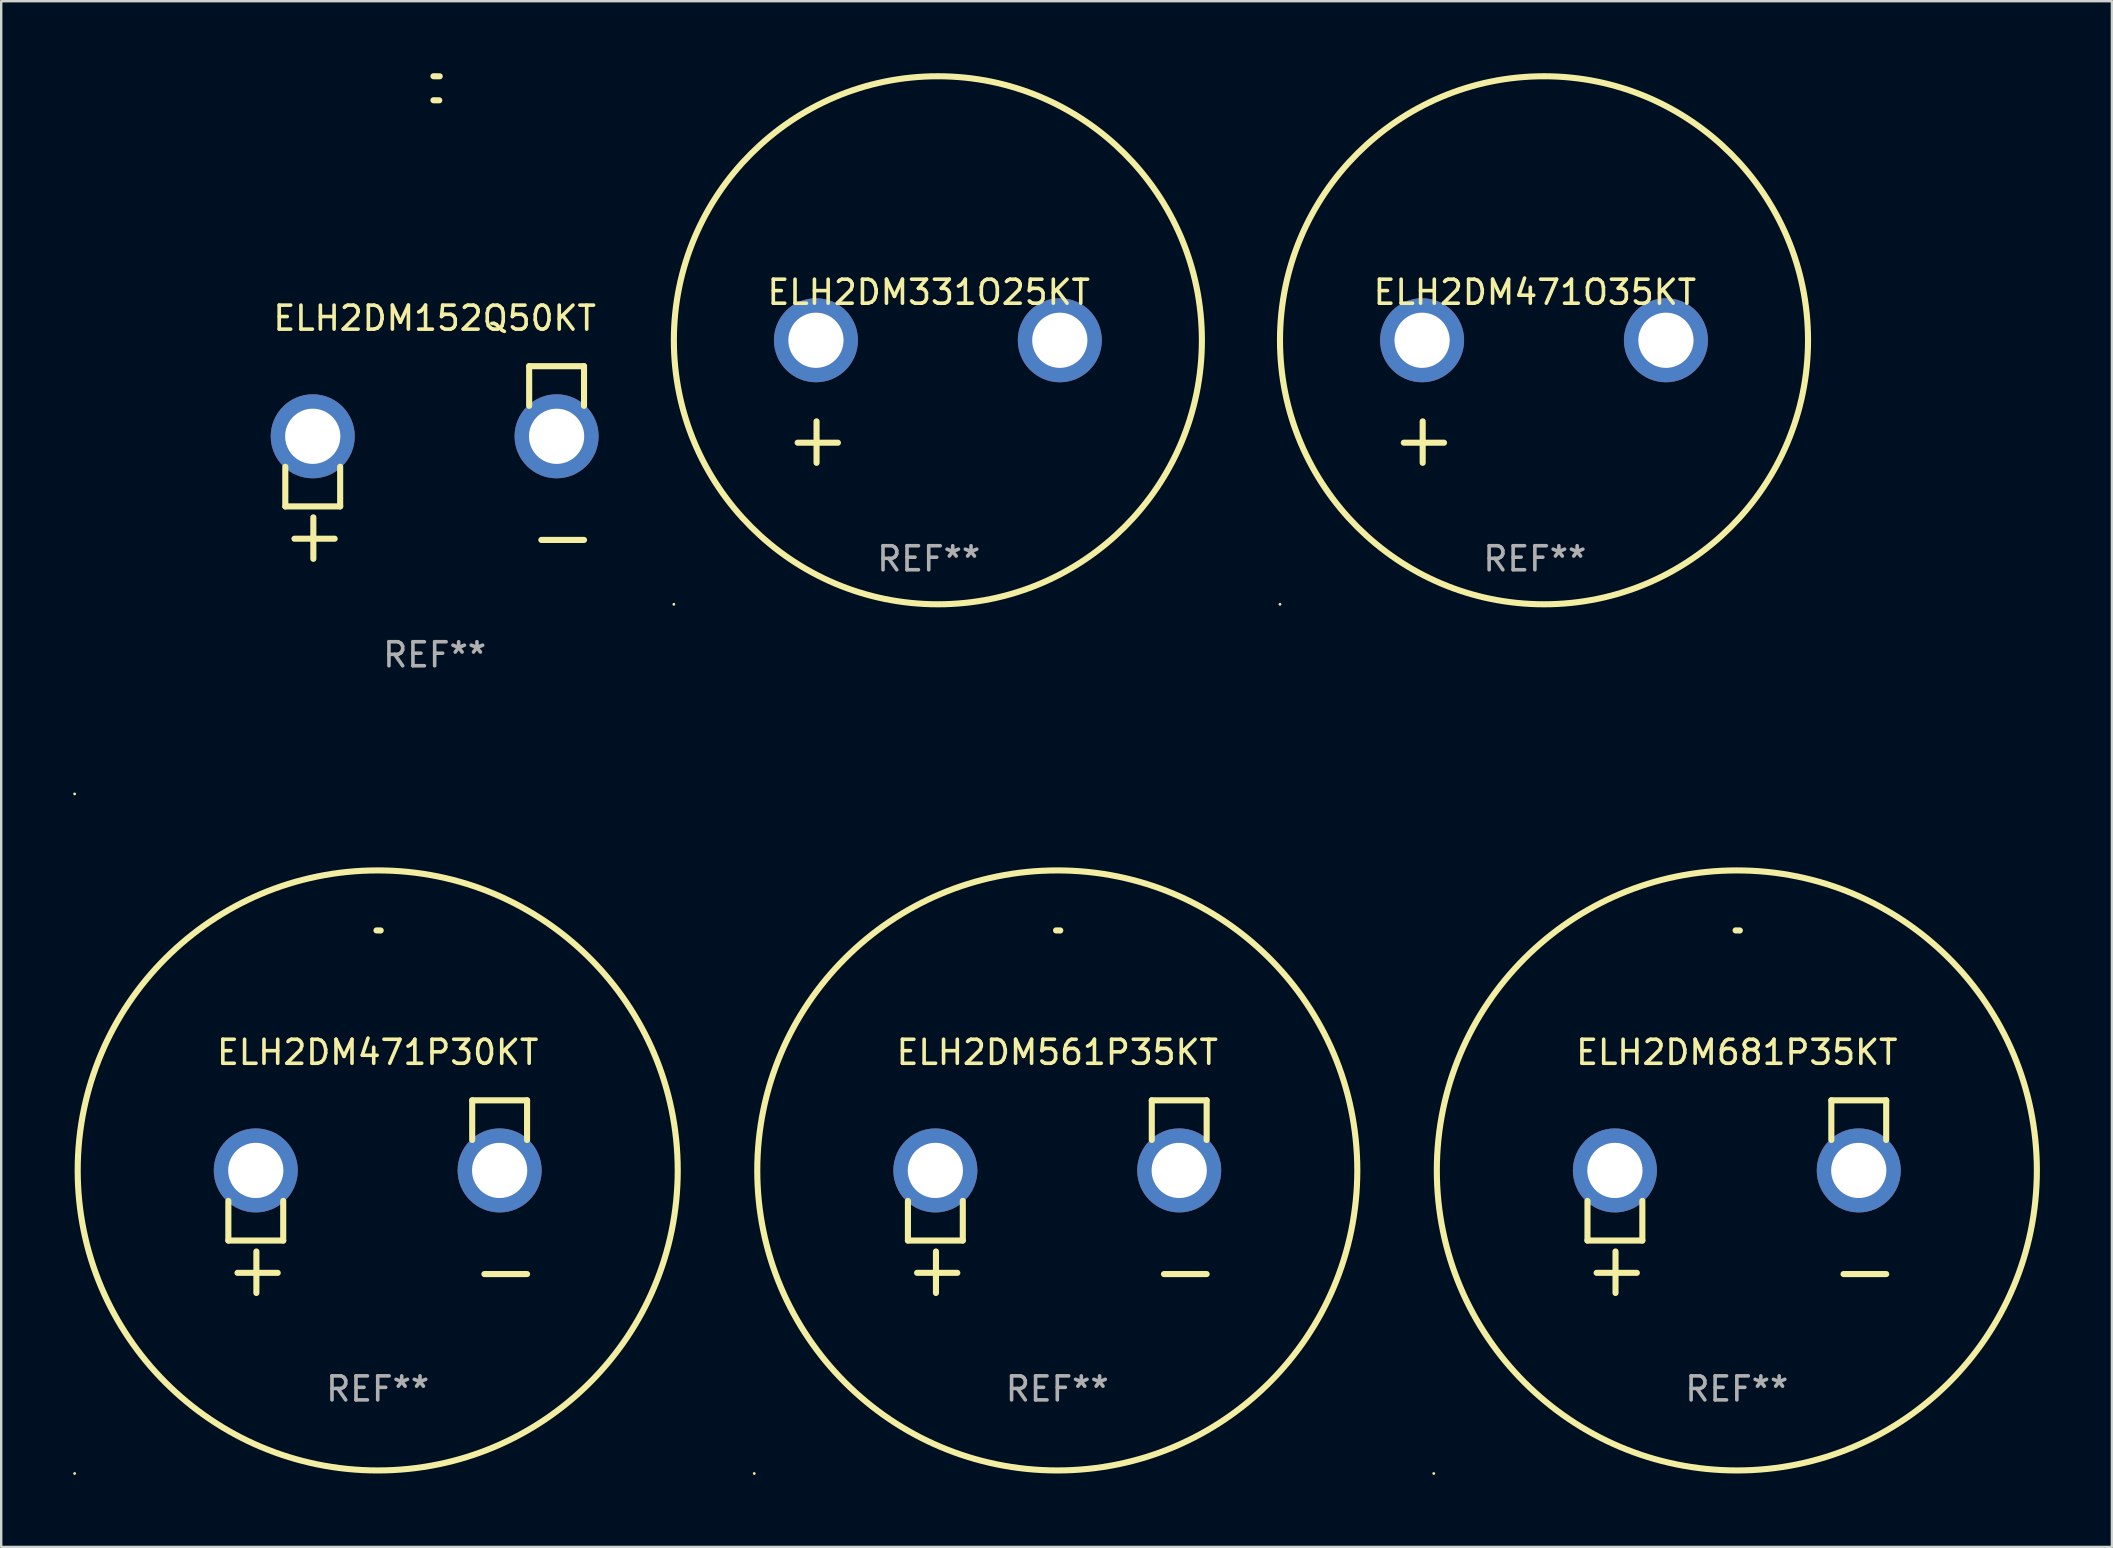
<source format=kicad_pcb>
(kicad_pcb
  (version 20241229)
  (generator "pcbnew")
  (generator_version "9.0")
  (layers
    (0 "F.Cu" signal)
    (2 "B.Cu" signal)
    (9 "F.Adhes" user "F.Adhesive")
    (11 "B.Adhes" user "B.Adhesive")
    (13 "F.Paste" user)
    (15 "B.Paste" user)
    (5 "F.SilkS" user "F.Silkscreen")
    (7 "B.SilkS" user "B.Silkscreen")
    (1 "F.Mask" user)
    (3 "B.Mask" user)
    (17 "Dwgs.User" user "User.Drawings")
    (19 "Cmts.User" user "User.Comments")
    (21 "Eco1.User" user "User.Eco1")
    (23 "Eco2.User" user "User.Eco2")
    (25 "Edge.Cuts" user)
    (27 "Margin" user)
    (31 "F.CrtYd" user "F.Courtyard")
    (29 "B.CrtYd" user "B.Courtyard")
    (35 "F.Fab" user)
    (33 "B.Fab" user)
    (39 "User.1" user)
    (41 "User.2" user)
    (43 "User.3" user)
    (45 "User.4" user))
  (footprint "ELH2DM681P35KT"
    (layer "F.Cu")
    (at 69.314 46.807)
    (property "Reference" "ELH2DM681P35KT" (at 0 -6.013 0) (layer "F.SilkS") (effects (font (size 1 1) (thickness 0.15))))
    (attr through_hole)
    (fp_line (start -6.223 0.178) (end -6.223 1.829) (stroke (width 0.254) (type solid)) (layer "F.SilkS"))
    (fp_line (start -6.223 1.829) (end -3.937 1.829) (stroke (width 0.254) (type solid)) (layer "F.SilkS"))
    (fp_line (start -5.055 4.013) (end -5.055 2.286) (stroke (width 0.254) (type solid)) (layer "F.SilkS"))
    (fp_line (start -4.166 3.175) (end -5.842 3.175) (stroke (width 0.254) (type solid)) (layer "F.SilkS"))
    (fp_line (start -3.937 1.829) (end -3.937 0.178) (stroke (width 0.254) (type solid)) (layer "F.SilkS"))
    (fp_line (start 3.937 -4.013) (end 3.937 -2.362) (stroke (width 0.254) (type solid)) (layer "F.SilkS"))
    (fp_line (start 6.223 -4.013) (end 3.937 -4.013) (stroke (width 0.254) (type solid)) (layer "F.SilkS"))
    (fp_line (start 6.223 -2.362) (end 6.223 -4.013) (stroke (width 0.254) (type solid)) (layer "F.SilkS"))
    (fp_line (start 6.223 3.226) (end 4.445 3.226) (stroke (width 0.254) (type solid)) (layer "F.SilkS"))
    (fp_arc (start -0.0508 -11.092202) (mid 0.036835 -11.091307) (end 0.12446 -11.089662) (stroke (width 0.254001) (type solid)) (layer "F.SilkS"))
    (fp_circle (center -12.627 11.535) (end -12.597 11.535) (stroke (width 0.06) (type solid)) (fill no) (layer "F.SilkS"))
    (fp_circle (center 0 -1.092) (end 12.5 -1.092) (stroke (width 0.254) (type solid)) (fill no) (layer "F.SilkS"))
    (fp_text user "REF**" (at 0 8.013 0) (layer "F.Fab") (effects (font (size 1 1) (thickness 0.15))))
    (pad "1" thru_hole circle (at -5.08 -1.092) (size 3.5 3.5) (drill 2.3) (layers "*.Cu" "*.Mask"))
    (pad "2" thru_hole circle (at 5.08 -1.092) (size 3.5 3.5) (drill 2.3) (layers "*.Cu" "*.Mask")))
  (footprint "ELH2DM471P30KT"
    (layer "F.Cu")
    (at 12.687 46.807)
    (property "Reference" "ELH2DM471P30KT" (at 0 -6.013 0) (layer "F.SilkS") (effects (font (size 1 1) (thickness 0.15))))
    (attr through_hole)
    (fp_line (start -6.223 0.178) (end -6.223 1.829) (stroke (width 0.254) (type solid)) (layer "F.SilkS"))
    (fp_line (start -6.223 1.829) (end -3.937 1.829) (stroke (width 0.254) (type solid)) (layer "F.SilkS"))
    (fp_line (start -5.055 4.013) (end -5.055 2.286) (stroke (width 0.254) (type solid)) (layer "F.SilkS"))
    (fp_line (start -4.166 3.175) (end -5.842 3.175) (stroke (width 0.254) (type solid)) (layer "F.SilkS"))
    (fp_line (start -3.937 1.829) (end -3.937 0.178) (stroke (width 0.254) (type solid)) (layer "F.SilkS"))
    (fp_line (start 3.937 -4.013) (end 3.937 -2.362) (stroke (width 0.254) (type solid)) (layer "F.SilkS"))
    (fp_line (start 6.223 -4.013) (end 3.937 -4.013) (stroke (width 0.254) (type solid)) (layer "F.SilkS"))
    (fp_line (start 6.223 -2.362) (end 6.223 -4.013) (stroke (width 0.254) (type solid)) (layer "F.SilkS"))
    (fp_line (start 6.223 3.226) (end 4.445 3.226) (stroke (width 0.254) (type solid)) (layer "F.SilkS"))
    (fp_arc (start -0.0508 -11.092202) (mid 0.036835 -11.091307) (end 0.12446 -11.089662) (stroke (width 0.254001) (type solid)) (layer "F.SilkS"))
    (fp_circle (center -12.627 11.535) (end -12.597 11.535) (stroke (width 0.06) (type solid)) (fill no) (layer "F.SilkS"))
    (fp_circle (center 0 -1.092) (end 12.5 -1.092) (stroke (width 0.254) (type solid)) (fill no) (layer "F.SilkS"))
    (fp_text user "REF**" (at 0 8.013 0) (layer "F.Fab") (effects (font (size 1 1) (thickness 0.15))))
    (pad "1" thru_hole circle (at -5.08 -1.092) (size 3.5 3.5) (drill 2.3) (layers "*.Cu" "*.Mask"))
    (pad "2" thru_hole circle (at 5.08 -1.092) (size 3.5 3.5) (drill 2.3) (layers "*.Cu" "*.Mask")))
  (footprint "ELH2DM152Q50KT"
    (layer "F.Cu")
    (at 15.06 16.22)
    (property "Reference" "ELH2DM152Q50KT" (at 0 -6.013 0) (layer "F.SilkS") (effects (font (size 1 1) (thickness 0.15))))
    (attr through_hole)
    (fp_line (start -6.223 0.178) (end -6.223 1.829) (stroke (width 0.254) (type solid)) (layer "F.SilkS"))
    (fp_line (start -6.223 1.829) (end -3.937 1.829) (stroke (width 0.254) (type solid)) (layer "F.SilkS"))
    (fp_line (start -5.055 4.013) (end -5.055 2.286) (stroke (width 0.254) (type solid)) (layer "F.SilkS"))
    (fp_line (start -4.166 3.175) (end -5.842 3.175) (stroke (width 0.254) (type solid)) (layer "F.SilkS"))
    (fp_line (start -3.937 1.829) (end -3.937 0.178) (stroke (width 0.254) (type solid)) (layer "F.SilkS"))
    (fp_line (start 3.937 -4.013) (end 3.937 -2.362) (stroke (width 0.254) (type solid)) (layer "F.SilkS"))
    (fp_line (start 6.223 -4.013) (end 3.937 -4.013) (stroke (width 0.254) (type solid)) (layer "F.SilkS"))
    (fp_line (start 6.223 -2.362) (end 6.223 -4.013) (stroke (width 0.254) (type solid)) (layer "F.SilkS"))
    (fp_line (start 6.223 3.226) (end 4.445 3.226) (stroke (width 0.254) (type solid)) (layer "F.SilkS"))
    (fp_arc (start -0.0508 -16.093472) (mid 0.080016 -16.092762) (end 0.210821 -16.090932) (stroke (width 0.254001) (type solid)) (layer "F.SilkS"))
    (fp_arc (start -0.0508 -15.09271) (mid 0.071125 -15.091961) (end 0.19304 -15.09017) (stroke (width 0.254001) (type solid)) (layer "F.SilkS"))
    (fp_circle (center -15 13.808) (end -14.97 13.808) (stroke (width 0.06) (type solid)) (fill no) (layer "F.SilkS"))
    (fp_text user "REF**" (at 0 8.013 0) (layer "F.Fab") (effects (font (size 1 1) (thickness 0.15))))
    (pad "1" thru_hole circle (at -5.08 -1.092) (size 3.5 3.5) (drill 2.3) (layers "*.Cu" "*.Mask"))
    (pad "2" thru_hole circle (at 5.08 -1.092) (size 3.5 3.5) (drill 2.3) (layers "*.Cu" "*.Mask")))
  (footprint "ELH2DM471O35KT"
    (layer "F.Cu")
    (at 60.899 13.68)
    (property "Reference" "ELH2DM471O35KT" (at 0 -4.553 0) (layer "F.SilkS") (effects (font (size 1 1) (thickness 0.15))))
    (attr through_hole)
    (fp_line (start -4.674 2.553) (end -4.674 0.826) (stroke (width 0.254) (type solid)) (layer "F.SilkS"))
    (fp_line (start -3.785 1.715) (end -5.461 1.715) (stroke (width 0.254) (type solid)) (layer "F.SilkS"))
    (fp_circle (center -10.619 8.447) (end -10.589 8.447) (stroke (width 0.06) (type solid)) (fill no) (layer "F.SilkS"))
    (fp_circle (center 0.381 -2.553) (end 11.381 -2.553) (stroke (width 0.254) (type solid)) (fill no) (layer "F.SilkS"))
    (fp_text user "REF**" (at 0 6.553 0) (layer "F.Fab") (effects (font (size 1 1) (thickness 0.15))))
    (pad "1" thru_hole circle (at -4.699 -2.553) (size 3.5 3.5) (drill 2.3) (layers "*.Cu" "*.Mask"))
    (pad "2" thru_hole circle (at 5.461 -2.553) (size 3.5 3.5) (drill 2.3) (layers "*.Cu" "*.Mask")))
  (footprint "ELH2DM331O25KT"
    (layer "F.Cu")
    (at 35.645 13.68)
    (property "Reference" "ELH2DM331O25KT" (at 0 -4.553 0) (layer "F.SilkS") (effects (font (size 1 1) (thickness 0.15))))
    (attr through_hole)
    (fp_line (start -4.674 2.553) (end -4.674 0.826) (stroke (width 0.254) (type solid)) (layer "F.SilkS"))
    (fp_line (start -3.785 1.715) (end -5.461 1.715) (stroke (width 0.254) (type solid)) (layer "F.SilkS"))
    (fp_circle (center -10.619 8.447) (end -10.589 8.447) (stroke (width 0.06) (type solid)) (fill no) (layer "F.SilkS"))
    (fp_circle (center 0.381 -2.553) (end 11.381 -2.553) (stroke (width 0.254) (type solid)) (fill no) (layer "F.SilkS"))
    (fp_text user "REF**" (at 0 6.553 0) (layer "F.Fab") (effects (font (size 1 1) (thickness 0.15))))
    (pad "1" thru_hole circle (at -4.699 -2.553) (size 3.5 3.5) (drill 2.3) (layers "*.Cu" "*.Mask"))
    (pad "2" thru_hole circle (at 5.461 -2.553) (size 3.5 3.5) (drill 2.3) (layers "*.Cu" "*.Mask")))
  (footprint "ELH2DM561P35KT"
    (layer "F.Cu")
    (at 41.001 46.807)
    (property "Reference" "ELH2DM561P35KT" (at 0 -6.013 0) (layer "F.SilkS") (effects (font (size 1 1) (thickness 0.15))))
    (attr through_hole)
    (fp_line (start -6.223 0.178) (end -6.223 1.829) (stroke (width 0.254) (type solid)) (layer "F.SilkS"))
    (fp_line (start -6.223 1.829) (end -3.937 1.829) (stroke (width 0.254) (type solid)) (layer "F.SilkS"))
    (fp_line (start -5.055 4.013) (end -5.055 2.286) (stroke (width 0.254) (type solid)) (layer "F.SilkS"))
    (fp_line (start -4.166 3.175) (end -5.842 3.175) (stroke (width 0.254) (type solid)) (layer "F.SilkS"))
    (fp_line (start -3.937 1.829) (end -3.937 0.178) (stroke (width 0.254) (type solid)) (layer "F.SilkS"))
    (fp_line (start 3.937 -4.013) (end 3.937 -2.362) (stroke (width 0.254) (type solid)) (layer "F.SilkS"))
    (fp_line (start 6.223 -4.013) (end 3.937 -4.013) (stroke (width 0.254) (type solid)) (layer "F.SilkS"))
    (fp_line (start 6.223 -2.362) (end 6.223 -4.013) (stroke (width 0.254) (type solid)) (layer "F.SilkS"))
    (fp_line (start 6.223 3.226) (end 4.445 3.226) (stroke (width 0.254) (type solid)) (layer "F.SilkS"))
    (fp_arc (start -0.0508 -11.092202) (mid 0.036835 -11.091307) (end 0.12446 -11.089662) (stroke (width 0.254001) (type solid)) (layer "F.SilkS"))
    (fp_circle (center -12.627 11.535) (end -12.597 11.535) (stroke (width 0.06) (type solid)) (fill no) (layer "F.SilkS"))
    (fp_circle (center 0 -1.092) (end 12.5 -1.092) (stroke (width 0.254) (type solid)) (fill no) (layer "F.SilkS"))
    (fp_text user "REF**" (at 0 8.013 0) (layer "F.Fab") (effects (font (size 1 1) (thickness 0.15))))
    (pad "1" thru_hole circle (at -5.08 -1.092) (size 3.5 3.5) (drill 2.3) (layers "*.Cu" "*.Mask"))
    (pad "2" thru_hole circle (at 5.08 -1.092) (size 3.5 3.5) (drill 2.3) (layers "*.Cu" "*.Mask")))
  (gr_rect
    (start -3 -3)
    (end 84.941 61.402)
    (stroke (width 0.1) (type default))
    (fill no)
    (layer "Edge.Cuts")))
</source>
